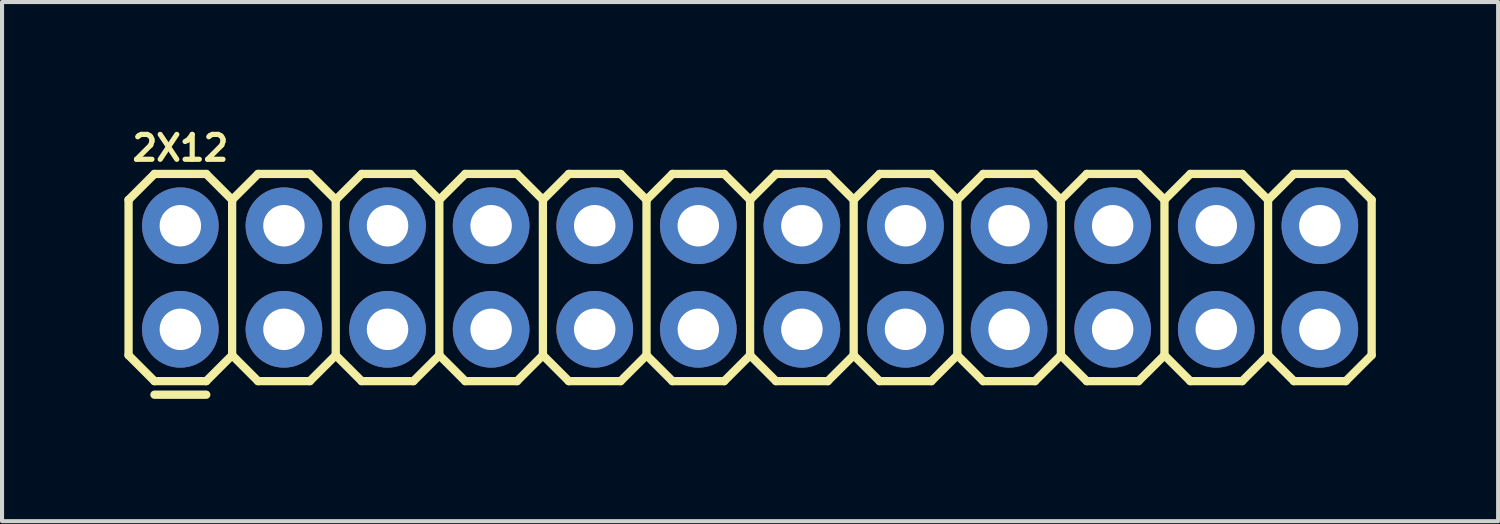
<source format=kicad_pcb>
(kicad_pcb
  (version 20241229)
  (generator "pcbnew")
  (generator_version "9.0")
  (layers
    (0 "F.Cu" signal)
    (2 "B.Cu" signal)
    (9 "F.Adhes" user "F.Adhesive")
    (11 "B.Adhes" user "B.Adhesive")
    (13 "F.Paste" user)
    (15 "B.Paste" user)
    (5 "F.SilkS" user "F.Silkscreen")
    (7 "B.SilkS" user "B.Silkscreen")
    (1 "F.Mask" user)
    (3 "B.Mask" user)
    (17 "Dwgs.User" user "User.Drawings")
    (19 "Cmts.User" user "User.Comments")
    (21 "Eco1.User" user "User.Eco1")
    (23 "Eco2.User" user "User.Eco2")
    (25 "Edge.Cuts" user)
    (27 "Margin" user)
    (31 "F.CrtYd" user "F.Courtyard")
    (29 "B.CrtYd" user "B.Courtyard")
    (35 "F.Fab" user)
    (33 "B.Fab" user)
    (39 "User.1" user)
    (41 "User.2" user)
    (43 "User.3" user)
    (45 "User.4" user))
  (footprint "2X12"
    (layer "F.Cu")
    (at 1.372 5.025)
    (property "Reference" "2X12" (at 0 -4.445 0) (layer "F.SilkS") (effects (font (size 0.61 0.61) (thickness 0.127))))
    (attr exclude_from_pos_files exclude_from_bom)
    (fp_line (start -1.27 -3.175) (end -0.635 -3.81) (stroke (width 0.203) (type solid)) (layer "F.SilkS"))
    (fp_line (start -1.27 0.635) (end -1.27 -3.175) (stroke (width 0.203) (type solid)) (layer "F.SilkS"))
    (fp_line (start -1.27 0.635) (end -0.635 1.27) (stroke (width 0.203) (type solid)) (layer "F.SilkS"))
    (fp_line (start -0.635 -3.81) (end 0.635 -3.81) (stroke (width 0.203) (type solid)) (layer "F.SilkS"))
    (fp_line (start -0.635 1.27) (end 0.635 1.27) (stroke (width 0.203) (type solid)) (layer "F.SilkS"))
    (fp_line (start 0.635 -3.81) (end 1.27 -3.175) (stroke (width 0.203) (type solid)) (layer "F.SilkS"))
    (fp_line (start 0.635 1.27) (end 1.27 0.635) (stroke (width 0.203) (type solid)) (layer "F.SilkS"))
    (fp_line (start 0.635 1.603) (end -0.635 1.603) (stroke (width 0.203) (type solid)) (layer "F.SilkS"))
    (fp_line (start 1.27 -3.175) (end 1.27 0.635) (stroke (width 0.203) (type solid)) (layer "F.SilkS"))
    (fp_line (start 1.27 -3.175) (end 1.905 -3.81) (stroke (width 0.203) (type solid)) (layer "F.SilkS"))
    (fp_line (start 1.27 0.635) (end 1.905 1.27) (stroke (width 0.203) (type solid)) (layer "F.SilkS"))
    (fp_line (start 1.905 -3.81) (end 3.175 -3.81) (stroke (width 0.203) (type solid)) (layer "F.SilkS"))
    (fp_line (start 1.905 1.27) (end 3.175 1.27) (stroke (width 0.203) (type solid)) (layer "F.SilkS"))
    (fp_line (start 3.175 -3.81) (end 3.81 -3.175) (stroke (width 0.203) (type solid)) (layer "F.SilkS"))
    (fp_line (start 3.175 1.27) (end 3.81 0.635) (stroke (width 0.203) (type solid)) (layer "F.SilkS"))
    (fp_line (start 3.81 -3.175) (end 3.81 0.635) (stroke (width 0.203) (type solid)) (layer "F.SilkS"))
    (fp_line (start 3.81 -3.175) (end 4.445 -3.81) (stroke (width 0.203) (type solid)) (layer "F.SilkS"))
    (fp_line (start 3.81 0.635) (end 4.445 1.27) (stroke (width 0.203) (type solid)) (layer "F.SilkS"))
    (fp_line (start 4.445 -3.81) (end 5.715 -3.81) (stroke (width 0.203) (type solid)) (layer "F.SilkS"))
    (fp_line (start 4.445 1.27) (end 5.715 1.27) (stroke (width 0.203) (type solid)) (layer "F.SilkS"))
    (fp_line (start 5.715 -3.81) (end 6.35 -3.175) (stroke (width 0.203) (type solid)) (layer "F.SilkS"))
    (fp_line (start 5.715 1.27) (end 6.35 0.635) (stroke (width 0.203) (type solid)) (layer "F.SilkS"))
    (fp_line (start 6.35 -3.175) (end 6.985 -3.81) (stroke (width 0.203) (type solid)) (layer "F.SilkS"))
    (fp_line (start 6.35 0.635) (end 6.35 -3.175) (stroke (width 0.203) (type solid)) (layer "F.SilkS"))
    (fp_line (start 6.35 0.635) (end 6.985 1.27) (stroke (width 0.203) (type solid)) (layer "F.SilkS"))
    (fp_line (start 6.985 -3.81) (end 8.255 -3.81) (stroke (width 0.203) (type solid)) (layer "F.SilkS"))
    (fp_line (start 6.985 1.27) (end 8.255 1.27) (stroke (width 0.203) (type solid)) (layer "F.SilkS"))
    (fp_line (start 8.255 -3.81) (end 8.89 -3.175) (stroke (width 0.203) (type solid)) (layer "F.SilkS"))
    (fp_line (start 8.255 1.27) (end 8.89 0.635) (stroke (width 0.203) (type solid)) (layer "F.SilkS"))
    (fp_line (start 8.89 -3.175) (end 8.89 0.635) (stroke (width 0.203) (type solid)) (layer "F.SilkS"))
    (fp_line (start 8.89 -3.175) (end 9.525 -3.81) (stroke (width 0.203) (type solid)) (layer "F.SilkS"))
    (fp_line (start 8.89 0.635) (end 9.525 1.27) (stroke (width 0.203) (type solid)) (layer "F.SilkS"))
    (fp_line (start 9.525 -3.81) (end 10.795 -3.81) (stroke (width 0.203) (type solid)) (layer "F.SilkS"))
    (fp_line (start 9.525 1.27) (end 10.795 1.27) (stroke (width 0.203) (type solid)) (layer "F.SilkS"))
    (fp_line (start 10.795 -3.81) (end 11.43 -3.175) (stroke (width 0.203) (type solid)) (layer "F.SilkS"))
    (fp_line (start 10.795 1.27) (end 11.43 0.635) (stroke (width 0.203) (type solid)) (layer "F.SilkS"))
    (fp_line (start 11.43 -3.175) (end 11.43 0.635) (stroke (width 0.203) (type solid)) (layer "F.SilkS"))
    (fp_line (start 11.43 -3.175) (end 12.065 -3.81) (stroke (width 0.203) (type solid)) (layer "F.SilkS"))
    (fp_line (start 11.43 0.635) (end 12.065 1.27) (stroke (width 0.203) (type solid)) (layer "F.SilkS"))
    (fp_line (start 12.065 -3.81) (end 13.335 -3.81) (stroke (width 0.203) (type solid)) (layer "F.SilkS"))
    (fp_line (start 12.065 1.27) (end 13.335 1.27) (stroke (width 0.203) (type solid)) (layer "F.SilkS"))
    (fp_line (start 13.335 -3.81) (end 13.97 -3.175) (stroke (width 0.203) (type solid)) (layer "F.SilkS"))
    (fp_line (start 13.335 1.27) (end 13.97 0.635) (stroke (width 0.203) (type solid)) (layer "F.SilkS"))
    (fp_line (start 13.97 -3.175) (end 14.605 -3.81) (stroke (width 0.203) (type solid)) (layer "F.SilkS"))
    (fp_line (start 13.97 0.635) (end 13.97 -3.175) (stroke (width 0.203) (type solid)) (layer "F.SilkS"))
    (fp_line (start 13.97 0.635) (end 14.605 1.27) (stroke (width 0.203) (type solid)) (layer "F.SilkS"))
    (fp_line (start 14.605 -3.81) (end 15.875 -3.81) (stroke (width 0.203) (type solid)) (layer "F.SilkS"))
    (fp_line (start 14.605 1.27) (end 15.875 1.27) (stroke (width 0.203) (type solid)) (layer "F.SilkS"))
    (fp_line (start 15.875 -3.81) (end 16.51 -3.175) (stroke (width 0.203) (type solid)) (layer "F.SilkS"))
    (fp_line (start 15.875 1.27) (end 16.51 0.635) (stroke (width 0.203) (type solid)) (layer "F.SilkS"))
    (fp_line (start 16.51 -3.175) (end 16.51 0.635) (stroke (width 0.203) (type solid)) (layer "F.SilkS"))
    (fp_line (start 16.51 -3.175) (end 17.145 -3.81) (stroke (width 0.203) (type solid)) (layer "F.SilkS"))
    (fp_line (start 16.51 0.635) (end 17.145 1.27) (stroke (width 0.203) (type solid)) (layer "F.SilkS"))
    (fp_line (start 17.145 -3.81) (end 18.415 -3.81) (stroke (width 0.203) (type solid)) (layer "F.SilkS"))
    (fp_line (start 17.145 1.27) (end 18.415 1.27) (stroke (width 0.203) (type solid)) (layer "F.SilkS"))
    (fp_line (start 18.415 -3.81) (end 19.05 -3.175) (stroke (width 0.203) (type solid)) (layer "F.SilkS"))
    (fp_line (start 18.415 1.27) (end 19.05 0.635) (stroke (width 0.203) (type solid)) (layer "F.SilkS"))
    (fp_line (start 19.05 -3.175) (end 19.05 0.635) (stroke (width 0.203) (type solid)) (layer "F.SilkS"))
    (fp_line (start 19.05 -3.175) (end 19.685 -3.81) (stroke (width 0.203) (type solid)) (layer "F.SilkS"))
    (fp_line (start 19.05 0.635) (end 19.685 1.27) (stroke (width 0.203) (type solid)) (layer "F.SilkS"))
    (fp_line (start 19.685 -3.81) (end 20.955 -3.81) (stroke (width 0.203) (type solid)) (layer "F.SilkS"))
    (fp_line (start 19.685 1.27) (end 20.955 1.27) (stroke (width 0.203) (type solid)) (layer "F.SilkS"))
    (fp_line (start 20.955 -3.81) (end 21.59 -3.175) (stroke (width 0.203) (type solid)) (layer "F.SilkS"))
    (fp_line (start 20.955 1.27) (end 21.59 0.635) (stroke (width 0.203) (type solid)) (layer "F.SilkS"))
    (fp_line (start 21.59 -3.175) (end 22.225 -3.81) (stroke (width 0.203) (type solid)) (layer "F.SilkS"))
    (fp_line (start 21.59 0.635) (end 21.59 -3.175) (stroke (width 0.203) (type solid)) (layer "F.SilkS"))
    (fp_line (start 21.59 0.635) (end 22.225 1.27) (stroke (width 0.203) (type solid)) (layer "F.SilkS"))
    (fp_line (start 22.225 -3.81) (end 23.495 -3.81) (stroke (width 0.203) (type solid)) (layer "F.SilkS"))
    (fp_line (start 22.225 1.27) (end 23.495 1.27) (stroke (width 0.203) (type solid)) (layer "F.SilkS"))
    (fp_line (start 23.495 -3.81) (end 24.13 -3.175) (stroke (width 0.203) (type solid)) (layer "F.SilkS"))
    (fp_line (start 23.495 1.27) (end 24.13 0.635) (stroke (width 0.203) (type solid)) (layer "F.SilkS"))
    (fp_line (start 24.13 -3.175) (end 24.13 0.635) (stroke (width 0.203) (type solid)) (layer "F.SilkS"))
    (fp_line (start 24.13 -3.175) (end 24.765 -3.81) (stroke (width 0.203) (type solid)) (layer "F.SilkS"))
    (fp_line (start 24.13 0.635) (end 24.765 1.27) (stroke (width 0.203) (type solid)) (layer "F.SilkS"))
    (fp_line (start 24.765 -3.81) (end 26.035 -3.81) (stroke (width 0.203) (type solid)) (layer "F.SilkS"))
    (fp_line (start 24.765 1.27) (end 26.035 1.27) (stroke (width 0.203) (type solid)) (layer "F.SilkS"))
    (fp_line (start 26.035 -3.81) (end 26.67 -3.175) (stroke (width 0.203) (type solid)) (layer "F.SilkS"))
    (fp_line (start 26.035 1.27) (end 26.67 0.635) (stroke (width 0.203) (type solid)) (layer "F.SilkS"))
    (fp_line (start 26.67 -3.175) (end 26.67 0.635) (stroke (width 0.203) (type solid)) (layer "F.SilkS"))
    (fp_line (start 26.67 -3.175) (end 27.305 -3.81) (stroke (width 0.203) (type solid)) (layer "F.SilkS"))
    (fp_line (start 26.67 0.635) (end 27.305 1.27) (stroke (width 0.203) (type solid)) (layer "F.SilkS"))
    (fp_line (start 27.305 -3.81) (end 28.575 -3.81) (stroke (width 0.203) (type solid)) (layer "F.SilkS"))
    (fp_line (start 27.305 1.27) (end 28.575 1.27) (stroke (width 0.203) (type solid)) (layer "F.SilkS"))
    (fp_line (start 28.575 -3.81) (end 29.21 -3.175) (stroke (width 0.203) (type solid)) (layer "F.SilkS"))
    (fp_line (start 28.575 1.27) (end 29.21 0.635) (stroke (width 0.203) (type solid)) (layer "F.SilkS"))
    (fp_line (start 29.21 -3.175) (end 29.21 0.635) (stroke (width 0.203) (type solid)) (layer "F.SilkS"))
    (pad "1" thru_hole circle (at 0 0) (size 1.88 1.88) (drill 1.016) (layers "*.Cu" "*.Mask"))
    (pad "2" thru_hole circle (at 0 -2.54) (size 1.88 1.88) (drill 1.016) (layers "*.Cu" "*.Mask"))
    (pad "3" thru_hole circle (at 2.54 0) (size 1.88 1.88) (drill 1.016) (layers "*.Cu" "*.Mask"))
    (pad "4" thru_hole circle (at 2.54 -2.54) (size 1.88 1.88) (drill 1.016) (layers "*.Cu" "*.Mask"))
    (pad "5" thru_hole circle (at 5.08 0) (size 1.88 1.88) (drill 1.016) (layers "*.Cu" "*.Mask"))
    (pad "6" thru_hole circle (at 5.08 -2.54) (size 1.88 1.88) (drill 1.016) (layers "*.Cu" "*.Mask"))
    (pad "7" thru_hole circle (at 7.62 0) (size 1.88 1.88) (drill 1.016) (layers "*.Cu" "*.Mask"))
    (pad "8" thru_hole circle (at 7.62 -2.54) (size 1.88 1.88) (drill 1.016) (layers "*.Cu" "*.Mask"))
    (pad "9" thru_hole circle (at 10.16 0) (size 1.88 1.88) (drill 1.016) (layers "*.Cu" "*.Mask"))
    (pad "10" thru_hole circle (at 10.16 -2.54) (size 1.88 1.88) (drill 1.016) (layers "*.Cu" "*.Mask"))
    (pad "11" thru_hole circle (at 12.7 0) (size 1.88 1.88) (drill 1.016) (layers "*.Cu" "*.Mask"))
    (pad "12" thru_hole circle (at 12.7 -2.54) (size 1.88 1.88) (drill 1.016) (layers "*.Cu" "*.Mask"))
    (pad "13" thru_hole circle (at 15.24 0) (size 1.88 1.88) (drill 1.016) (layers "*.Cu" "*.Mask"))
    (pad "14" thru_hole circle (at 15.24 -2.54) (size 1.88 1.88) (drill 1.016) (layers "*.Cu" "*.Mask"))
    (pad "15" thru_hole circle (at 17.78 0) (size 1.88 1.88) (drill 1.016) (layers "*.Cu" "*.Mask"))
    (pad "16" thru_hole circle (at 17.78 -2.54) (size 1.88 1.88) (drill 1.016) (layers "*.Cu" "*.Mask"))
    (pad "17" thru_hole circle (at 20.32 0) (size 1.88 1.88) (drill 1.016) (layers "*.Cu" "*.Mask"))
    (pad "18" thru_hole circle (at 20.32 -2.54) (size 1.88 1.88) (drill 1.016) (layers "*.Cu" "*.Mask"))
    (pad "19" thru_hole circle (at 22.86 0) (size 1.88 1.88) (drill 1.016) (layers "*.Cu" "*.Mask"))
    (pad "20" thru_hole circle (at 22.86 -2.54) (size 1.88 1.88) (drill 1.016) (layers "*.Cu" "*.Mask"))
    (pad "21" thru_hole circle (at 25.4 0) (size 1.88 1.88) (drill 1.016) (layers "*.Cu" "*.Mask"))
    (pad "22" thru_hole circle (at 25.4 -2.54) (size 1.88 1.88) (drill 1.016) (layers "*.Cu" "*.Mask"))
    (pad "23" thru_hole circle (at 27.94 0) (size 1.88 1.88) (drill 1.016) (layers "*.Cu" "*.Mask"))
    (pad "24" thru_hole circle (at 27.94 -2.54) (size 1.88 1.88) (drill 1.016) (layers "*.Cu" "*.Mask")))
  (gr_rect
    (start -3 -3)
    (end 33.683 9.729)
    (stroke (width 0.1) (type default))
    (fill no)
    (layer "Edge.Cuts")))
</source>
